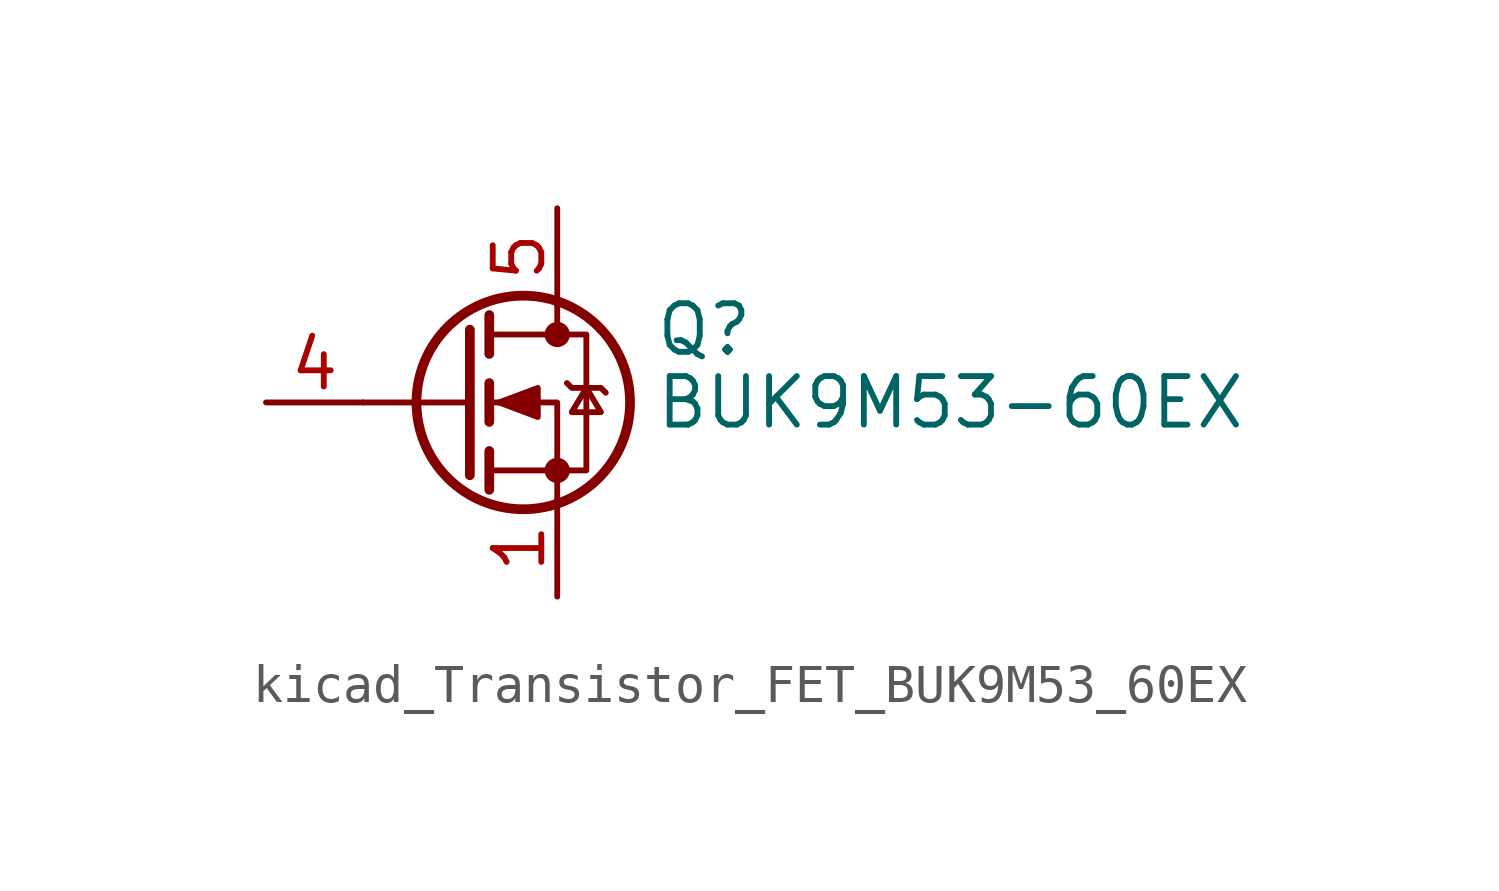
<source format=kicad_sym>
(kicad_symbol_lib
  (version 20220914)
  (generator kicad_symbol_editor)
  (symbol "kicad_Transistor_FET_BUK9M53_60EX"
    (pin_names hide)
    (property "Reference" "Q"
      (at 5.08 1.905 0)
      (effects (font (size 1.27 1.27)) (justify left)))
    (property "Value" "BUK9M53-60EX"
      (at 5.08 0 0)
      (effects (font (size 1.27 1.27)) (justify left)))
    (symbol "kicad_Transistor_FET_BUK9M53_60EX_0_1"
      (polyline (pts (xy 0.254 0) (xy -2.54 0)) (stroke (width 0) (type default)) (fill (type none)))
      (polyline (pts (xy 0.254 1.905) (xy 0.254 -1.905)) (stroke (width 0.254) (type default)) (fill (type none)))
      (polyline (pts (xy 0.762 -1.27) (xy 0.762 -2.286)) (stroke (width 0.254) (type default)) (fill (type none)))
      (polyline (pts (xy 0.762 0.508) (xy 0.762 -0.508)) (stroke (width 0.254) (type default)) (fill (type none)))
      (polyline (pts (xy 0.762 2.286) (xy 0.762 1.27)) (stroke (width 0.254) (type default)) (fill (type none)))
      (polyline (pts (xy 2.54 2.54) (xy 2.54 1.778)) (stroke (width 0) (type default)) (fill (type none)))
      (polyline (pts (xy 2.54 -2.54) (xy 2.54 0) (xy 0.762 0)) (stroke (width 0) (type default)) (fill (type none)))
      (polyline (pts (xy 0.762 -1.778) (xy 3.302 -1.778) (xy 3.302 1.778) (xy 0.762 1.778)) (stroke (width 0) (type default)) (fill (type none)))
      (polyline (pts (xy 1.016 0) (xy 2.032 0.381) (xy 2.032 -0.381) (xy 1.016 0)) (stroke (width 0) (type default)) (fill (type outline)))
      (polyline (pts (xy 2.794 0.508) (xy 2.921 0.381) (xy 3.683 0.381) (xy 3.81 0.254)) (stroke (width 0) (type default)) (fill (type none)))
      (polyline (pts (xy 3.302 0.381) (xy 2.921 -0.254) (xy 3.683 -0.254) (xy 3.302 0.381)) (stroke (width 0) (type default)) (fill (type none)))
      (circle (center 1.651 0) (radius 2.794) (stroke (width 0.254) (type default)) (fill (type none)))
      (circle (center 2.54 -1.778) (radius 0.254) (stroke (width 0) (type default)) (fill (type outline)))
      (circle (center 2.54 1.778) (radius 0.254) (stroke (width 0) (type default)) (fill (type outline))))
    (symbol "kicad_Transistor_FET_BUK9M53_60EX_1_1"
      (pin passive line (at 2.54 -5.08 90) (length 2.54) (name "S" (effects (font (size 1.27 1.27)))) (number "1" (effects (font (size 1.27 1.27)))))
      (pin passive line (at 2.54 -5.08 90) (length 2.54) hide (name "S" (effects (font (size 1.27 1.27)))) (number "2" (effects (font (size 1.27 1.27)))))
      (pin passive line (at 2.54 -5.08 90) (length 2.54) hide (name "S" (effects (font (size 1.27 1.27)))) (number "3" (effects (font (size 1.27 1.27)))))
      (pin passive line (at -5.08 0 0) (length 2.54) (name "G" (effects (font (size 1.27 1.27)))) (number "4" (effects (font (size 1.27 1.27)))))
      (pin passive line (at 2.54 5.08 270) (length 2.54) (name "D" (effects (font (size 1.27 1.27)))) (number "5" (effects (font (size 1.27 1.27))))))))
</source>
